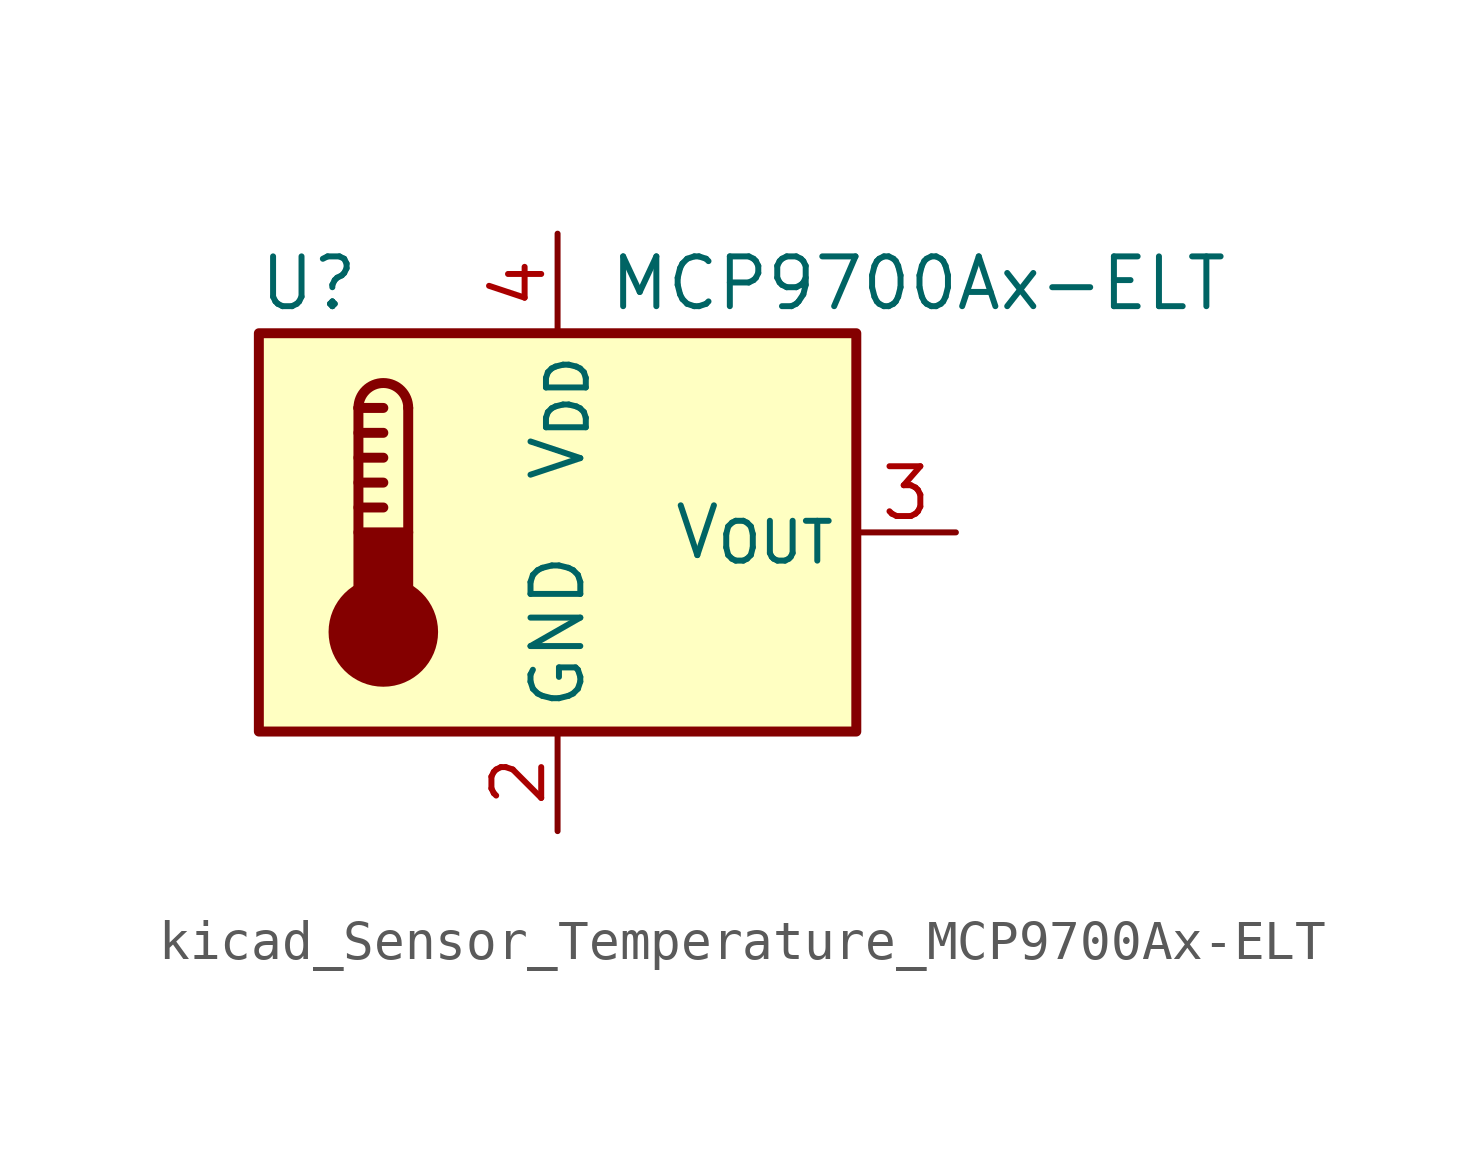
<source format=kicad_sym>
(kicad_symbol_lib
  (version 20220914)
  (generator kicad_symbol_editor)
  (symbol "kicad_Sensor_Temperature_MCP9700Ax-ELT"
    (property "Reference" "U"
      (at -6.35 6.35 0)
      (effects (font (size 1.27 1.27))))
    (property "Value" "MCP9700Ax-ELT"
      (at 1.27 6.35 0)
      (effects (font (size 1.27 1.27)) (justify left)))
    (symbol "kicad_Sensor_Temperature_MCP9700Ax-ELT_0_1"
      (rectangle (start -7.62 5.08) (end 7.62 -5.08) (stroke (width 0.254) (type default)) (fill (type background)))
      (circle (center -4.445 -2.54) (radius 1.27) (stroke (width 0.254) (type default)) (fill (type outline)))
      (rectangle (start -3.81 -1.905) (end -5.08 0) (stroke (width 0.254) (type default)) (fill (type outline)))
      (arc (start -3.81 3.175) (mid -4.445 3.8073) (end -5.08 3.175) (stroke (width 0.254) (type default)) (fill (type none)))
      (polyline (pts (xy -5.08 0.635) (xy -4.445 0.635)) (stroke (width 0.254) (type default)) (fill (type none)))
      (polyline (pts (xy -5.08 1.27) (xy -4.445 1.27)) (stroke (width 0.254) (type default)) (fill (type none)))
      (polyline (pts (xy -5.08 1.905) (xy -4.445 1.905)) (stroke (width 0.254) (type default)) (fill (type none)))
      (polyline (pts (xy -5.08 2.54) (xy -4.445 2.54)) (stroke (width 0.254) (type default)) (fill (type none)))
      (polyline (pts (xy -5.08 3.175) (xy -5.08 0)) (stroke (width 0.254) (type default)) (fill (type none)))
      (polyline (pts (xy -5.08 3.175) (xy -4.445 3.175)) (stroke (width 0.254) (type default)) (fill (type none)))
      (polyline (pts (xy -3.81 3.175) (xy -3.81 0)) (stroke (width 0.254) (type default)) (fill (type none))))
    (symbol "kicad_Sensor_Temperature_MCP9700Ax-ELT_1_1"
      (pin no_connect line (at 7.62 -2.54 180) (length 2.54) hide (name "NC" (effects (font (size 1.27 1.27)))) (number "1" (effects (font (size 1.27 1.27)))))
      (pin power_in line (at 0 -7.62 90) (length 2.54) (name "GND" (effects (font (size 1.27 1.27)))) (number "2" (effects (font (size 1.27 1.27)))))
      (pin output line (at 10.16 0 180) (length 2.54) (name "V_{OUT}" (effects (font (size 1.27 1.27)))) (number "3" (effects (font (size 1.27 1.27)))))
      (pin power_in line (at 0 7.62 270) (length 2.54) (name "V_{DD}" (effects (font (size 1.27 1.27)))) (number "4" (effects (font (size 1.27 1.27)))))
      (pin no_connect line (at 7.62 2.54 180) (length 2.54) hide (name "NC" (effects (font (size 1.27 1.27)))) (number "5" (effects (font (size 1.27 1.27))))))))
</source>
